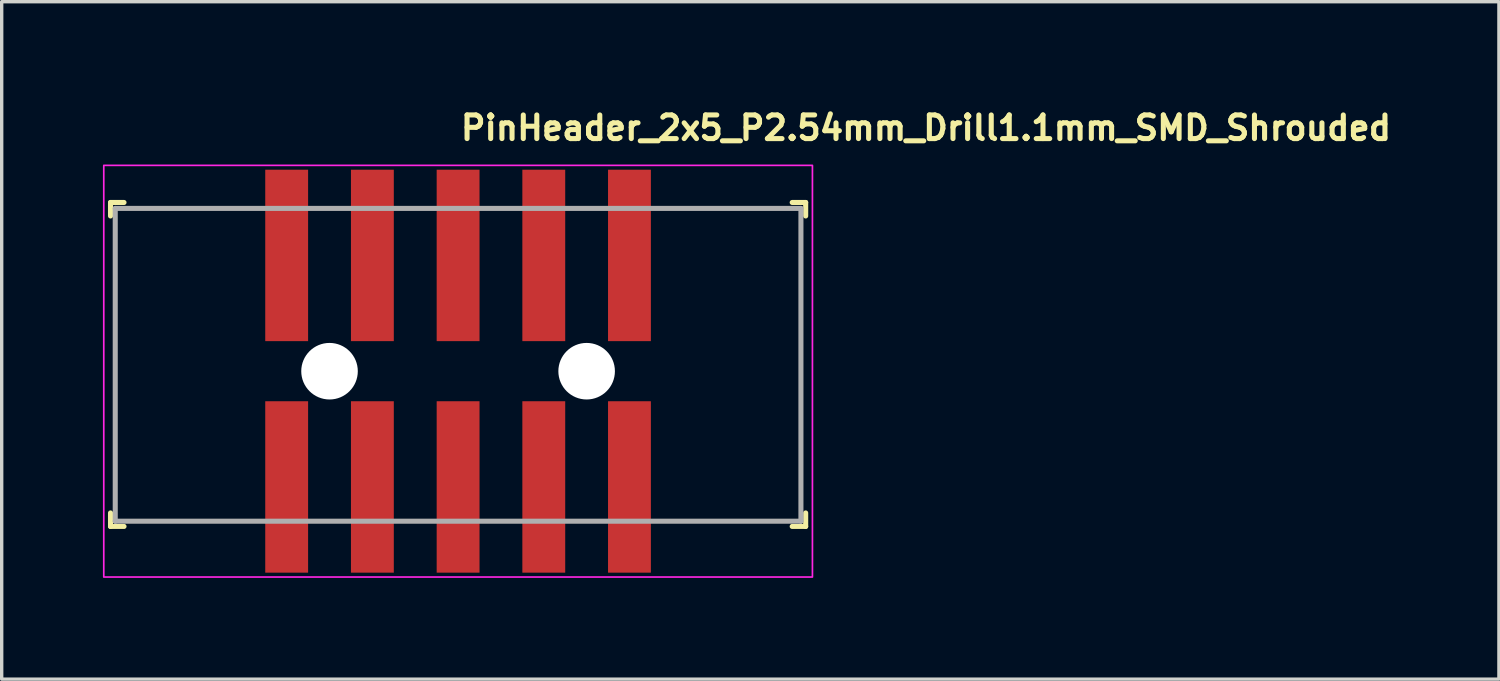
<source format=kicad_pcb>
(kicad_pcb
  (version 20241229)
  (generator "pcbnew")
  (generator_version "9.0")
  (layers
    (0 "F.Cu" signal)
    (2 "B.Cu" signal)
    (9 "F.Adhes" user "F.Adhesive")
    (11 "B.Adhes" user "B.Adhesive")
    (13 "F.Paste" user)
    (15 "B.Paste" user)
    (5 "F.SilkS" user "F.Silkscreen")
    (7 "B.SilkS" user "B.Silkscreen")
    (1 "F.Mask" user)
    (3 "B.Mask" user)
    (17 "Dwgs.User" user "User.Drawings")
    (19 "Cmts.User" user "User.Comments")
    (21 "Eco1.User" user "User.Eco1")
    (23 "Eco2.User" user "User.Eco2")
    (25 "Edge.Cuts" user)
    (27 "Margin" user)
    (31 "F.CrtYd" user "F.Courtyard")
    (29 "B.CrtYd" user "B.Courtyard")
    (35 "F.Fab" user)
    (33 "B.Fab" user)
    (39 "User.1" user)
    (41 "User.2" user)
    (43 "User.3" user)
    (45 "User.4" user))
  (footprint "PinHeader_2x5_P2.54mm_Drill1.1mm_SMD_Shrouded"
    (layer "F.Cu")
    (at 10.525 7.95)
    (property "Reference" "PinHeader_2x5_P2.54mm_Drill1.1mm_SMD_Shrouded" (at 0 -6.8 0) (layer "F.SilkS") (effects (font (size 0.7 0.7) (thickness 0.15)) (justify left bottom)))
    (attr smd)
    (fp_line (start -10.3 -4.6) (end -10.3 -5) (stroke (width 0.15) (type solid)) (layer "F.SilkS"))
    (fp_line (start -10.3 4.2) (end -10.3 4.6) (stroke (width 0.15) (type solid)) (layer "F.SilkS"))
    (fp_line (start -9.9 -5) (end -10.3 -5) (stroke (width 0.15) (type solid)) (layer "F.SilkS"))
    (fp_line (start -9.9 4.6) (end -10.3 4.6) (stroke (width 0.15) (type solid)) (layer "F.SilkS"))
    (fp_line (start 9.9 -5) (end 10.3 -5) (stroke (width 0.15) (type solid)) (layer "F.SilkS"))
    (fp_line (start 9.9 4.6) (end 10.3 4.6) (stroke (width 0.15) (type solid)) (layer "F.SilkS"))
    (fp_line (start 10.3 -4.6) (end 10.3 -5) (stroke (width 0.15) (type solid)) (layer "F.SilkS"))
    (fp_line (start 10.3 4.2) (end 10.3 4.6) (stroke (width 0.15) (type solid)) (layer "F.SilkS"))
    (fp_rect (start -10.5 -6.1) (end 10.5 6.1) (stroke (width 0.05) (type solid)) (fill no) (layer "F.CrtYd"))
    (fp_line (start -10.16 -4.824) (end 10.159 -4.824) (stroke (width 0.15) (type solid)) (layer "F.Fab"))
    (fp_line (start -10.16 4.445) (end -10.16 -4.824) (stroke (width 0.15) (type solid)) (layer "F.Fab"))
    (fp_line (start 10.159 -4.824) (end 10.159 4.445) (stroke (width 0.15) (type solid)) (layer "F.Fab"))
    (fp_line (start 10.159 4.445) (end -10.16 4.445) (stroke (width 0.15) (type solid)) (layer "F.Fab"))
    (fp_rect (start -10.16 -5.588) (end 10.159 5.586) (stroke (width 0.1) (type solid)) (fill no) (layer "User.5"))
    (fp_line (start -10.16 -4.827) (end -10.16 4.445) (stroke (width 0.02) (type solid)) (layer "User.9"))
    (fp_line (start -10.16 -4.827) (end -8.891 -4.827) (stroke (width 0.02) (type solid)) (layer "User.9"))
    (fp_line (start -10.16 4.445) (end -5.715 4.445) (stroke (width 0.02) (type solid)) (layer "User.9"))
    (fp_line (start -9.336 -3.621) (end -9.336 3.619) (stroke (width 0.02) (type solid)) (layer "User.9"))
    (fp_line (start -9.336 3.619) (end -2.54 3.619) (stroke (width 0.02) (type solid)) (layer "User.9"))
    (fp_line (start -8.891 -4.827) (end -8.891 -4.446) (stroke (width 0.02) (type solid)) (layer "User.9"))
    (fp_line (start -8.891 -4.446) (end -1.27 -4.446) (stroke (width 0.02) (type solid)) (layer "User.9"))
    (fp_line (start -8.891 -3.176) (end -9.336 -3.621) (stroke (width 0.02) (type solid)) (layer "User.9"))
    (fp_line (start -8.891 -3.176) (end 8.89 -3.176) (stroke (width 0.02) (type solid)) (layer "User.9"))
    (fp_line (start -8.891 3.173) (end -9.336 3.619) (stroke (width 0.02) (type solid)) (layer "User.9"))
    (fp_line (start -8.891 3.173) (end -8.891 -3.176) (stroke (width 0.02) (type solid)) (layer "User.9"))
    (fp_line (start -5.715 4.19) (end -5.715 4.445) (stroke (width 0.02) (type solid)) (layer "User.9"))
    (fp_line (start -5.715 4.19) (end -5.715 4.445) (stroke (width 0.02) (type solid)) (layer "User.9"))
    (fp_line (start -5.691 4.216) (end -5.691 4.445) (stroke (width 0.02) (type solid)) (layer "User.9"))
    (fp_line (start -5.691 4.445) (end -5.715 4.445) (stroke (width 0.02) (type solid)) (layer "User.9"))
    (fp_line (start -5.398 -5.588) (end -5.398 -5.43) (stroke (width 0.02) (type solid)) (layer "User.9"))
    (fp_line (start -5.398 -5.588) (end -4.763 -5.588) (stroke (width 0.02) (type solid)) (layer "User.9"))
    (fp_line (start -5.398 -5.43) (end -5.398 -4.446) (stroke (width 0.02) (type solid)) (layer "User.9"))
    (fp_line (start -5.398 -5.43) (end -4.763 -5.43) (stroke (width 0.02) (type solid)) (layer "User.9"))
    (fp_line (start -5.398 -1.589) (end -5.398 -1.43) (stroke (width 0.02) (type solid)) (layer "User.9"))
    (fp_line (start -5.398 -1.43) (end -5.398 -1.113) (stroke (width 0.02) (type solid)) (layer "User.9"))
    (fp_line (start -5.398 -1.113) (end -5.398 -0.954) (stroke (width 0.02) (type solid)) (layer "User.9"))
    (fp_line (start -5.398 -1.113) (end -4.763 -1.113) (stroke (width 0.02) (type solid)) (layer "User.9"))
    (fp_line (start -5.398 -0.954) (end -4.763 -0.954) (stroke (width 0.02) (type solid)) (layer "User.9"))
    (fp_line (start -5.398 0.952) (end -5.398 1.11) (stroke (width 0.02) (type solid)) (layer "User.9"))
    (fp_line (start -5.398 1.11) (end -5.398 1.427) (stroke (width 0.02) (type solid)) (layer "User.9"))
    (fp_line (start -5.398 1.11) (end -4.763 1.11) (stroke (width 0.02) (type solid)) (layer "User.9"))
    (fp_line (start -5.398 1.427) (end -5.398 1.586) (stroke (width 0.02) (type solid)) (layer "User.9"))
    (fp_line (start -5.398 1.427) (end -4.763 1.427) (stroke (width 0.02) (type solid)) (layer "User.9"))
    (fp_line (start -5.398 1.586) (end -4.763 1.586) (stroke (width 0.02) (type solid)) (layer "User.9"))
    (fp_line (start -5.398 4.445) (end -5.398 5.429) (stroke (width 0.02) (type solid)) (layer "User.9"))
    (fp_line (start -5.398 5.429) (end -5.398 5.586) (stroke (width 0.02) (type solid)) (layer "User.9"))
    (fp_line (start -5.398 5.429) (end -4.763 5.429) (stroke (width 0.02) (type solid)) (layer "User.9"))
    (fp_line (start -5.398 5.586) (end -4.763 5.586) (stroke (width 0.02) (type solid)) (layer "User.9"))
    (fp_line (start -5.08 4.445) (end -5.691 4.445) (stroke (width 0.02) (type solid)) (layer "User.9"))
    (fp_line (start -5.08 4.445) (end -5.08 4.216) (stroke (width 0.02) (type solid)) (layer "User.9"))
    (fp_line (start -4.763 -5.588) (end -4.763 -5.43) (stroke (width 0.02) (type solid)) (layer "User.9"))
    (fp_line (start -4.763 -5.43) (end -4.763 -4.446) (stroke (width 0.02) (type solid)) (layer "User.9"))
    (fp_line (start -4.763 -1.589) (end -5.398 -1.589) (stroke (width 0.02) (type solid)) (layer "User.9"))
    (fp_line (start -4.763 -1.589) (end -4.763 -1.43) (stroke (width 0.02) (type solid)) (layer "User.9"))
    (fp_line (start -4.763 -1.43) (end -5.398 -1.43) (stroke (width 0.02) (type solid)) (layer "User.9"))
    (fp_line (start -4.763 -1.43) (end -4.763 -1.113) (stroke (width 0.02) (type solid)) (layer "User.9"))
    (fp_line (start -4.763 -1.113) (end -4.763 -0.954) (stroke (width 0.02) (type solid)) (layer "User.9"))
    (fp_line (start -4.763 0.952) (end -5.398 0.952) (stroke (width 0.02) (type solid)) (layer "User.9"))
    (fp_line (start -4.763 0.952) (end -4.763 1.11) (stroke (width 0.02) (type solid)) (layer "User.9"))
    (fp_line (start -4.763 1.11) (end -4.763 1.427) (stroke (width 0.02) (type solid)) (layer "User.9"))
    (fp_line (start -4.763 1.427) (end -4.763 1.586) (stroke (width 0.02) (type solid)) (layer "User.9"))
    (fp_line (start -4.763 4.445) (end -4.763 5.429) (stroke (width 0.02) (type solid)) (layer "User.9"))
    (fp_line (start -4.763 5.429) (end -4.763 5.586) (stroke (width 0.02) (type solid)) (layer "User.9"))
    (fp_line (start -4.471 4.216) (end -5.691 4.216) (stroke (width 0.02) (type solid)) (layer "User.9"))
    (fp_line (start -4.471 4.445) (end -5.08 4.445) (stroke (width 0.02) (type solid)) (layer "User.9"))
    (fp_line (start -4.471 4.445) (end -4.471 4.216) (stroke (width 0.02) (type solid)) (layer "User.9"))
    (fp_line (start -4.446 4.19) (end -5.715 4.19) (stroke (width 0.02) (type solid)) (layer "User.9"))
    (fp_line (start -4.446 4.19) (end -5.715 4.19) (stroke (width 0.02) (type solid)) (layer "User.9"))
    (fp_line (start -4.446 4.445) (end -4.471 4.445) (stroke (width 0.02) (type solid)) (layer "User.9"))
    (fp_line (start -4.446 4.445) (end -4.446 4.19) (stroke (width 0.02) (type solid)) (layer "User.9"))
    (fp_line (start -4.446 4.445) (end -4.446 4.19) (stroke (width 0.02) (type solid)) (layer "User.9"))
    (fp_line (start -4.446 4.445) (end -2.54 4.445) (stroke (width 0.02) (type solid)) (layer "User.9"))
    (fp_line (start -2.859 -5.588) (end -2.223 -5.588) (stroke (width 0.02) (type solid)) (layer "User.9"))
    (fp_line (start -2.859 -5.43) (end -2.859 -5.588) (stroke (width 0.02) (type solid)) (layer "User.9"))
    (fp_line (start -2.859 -5.43) (end -2.223 -5.43) (stroke (width 0.02) (type solid)) (layer "User.9"))
    (fp_line (start -2.859 -4.446) (end -2.859 -5.43) (stroke (width 0.02) (type solid)) (layer "User.9"))
    (fp_line (start -2.859 -1.43) (end -2.859 -1.589) (stroke (width 0.02) (type solid)) (layer "User.9"))
    (fp_line (start -2.859 -1.113) (end -2.859 -1.43) (stroke (width 0.02) (type solid)) (layer "User.9"))
    (fp_line (start -2.859 -0.954) (end -2.859 -1.113) (stroke (width 0.02) (type solid)) (layer "User.9"))
    (fp_line (start -2.859 0.952) (end -2.223 0.952) (stroke (width 0.02) (type solid)) (layer "User.9"))
    (fp_line (start -2.859 1.11) (end -2.859 0.952) (stroke (width 0.02) (type solid)) (layer "User.9"))
    (fp_line (start -2.859 1.11) (end -2.223 1.11) (stroke (width 0.02) (type solid)) (layer "User.9"))
    (fp_line (start -2.859 1.427) (end -2.859 1.11) (stroke (width 0.02) (type solid)) (layer "User.9"))
    (fp_line (start -2.859 1.427) (end -2.223 1.427) (stroke (width 0.02) (type solid)) (layer "User.9"))
    (fp_line (start -2.859 1.586) (end -2.859 1.427) (stroke (width 0.02) (type solid)) (layer "User.9"))
    (fp_line (start -2.859 1.586) (end -2.223 1.586) (stroke (width 0.02) (type solid)) (layer "User.9"))
    (fp_line (start -2.859 5.429) (end -2.859 4.445) (stroke (width 0.02) (type solid)) (layer "User.9"))
    (fp_line (start -2.859 5.586) (end -2.859 5.429) (stroke (width 0.02) (type solid)) (layer "User.9"))
    (fp_line (start -2.54 3.173) (end -8.891 3.173) (stroke (width 0.02) (type solid)) (layer "User.9"))
    (fp_line (start -2.54 3.173) (end 2.539 3.173) (stroke (width 0.02) (type solid)) (layer "User.9"))
    (fp_line (start -2.54 3.619) (end -2.54 3.173) (stroke (width 0.02) (type solid)) (layer "User.9"))
    (fp_line (start -2.54 3.619) (end -2.54 4.445) (stroke (width 0.02) (type solid)) (layer "User.9"))
    (fp_line (start -2.54 4.445) (end 2.539 4.445) (stroke (width 0.02) (type solid)) (layer "User.9"))
    (fp_line (start -2.223 -5.588) (end -2.223 -5.43) (stroke (width 0.02) (type solid)) (layer "User.9"))
    (fp_line (start -2.223 -5.43) (end -2.223 -4.446) (stroke (width 0.02) (type solid)) (layer "User.9"))
    (fp_line (start -2.223 -1.589) (end -2.859 -1.589) (stroke (width 0.02) (type solid)) (layer "User.9"))
    (fp_line (start -2.223 -1.589) (end -2.223 -1.43) (stroke (width 0.02) (type solid)) (layer "User.9"))
    (fp_line (start -2.223 -1.43) (end -2.859 -1.43) (stroke (width 0.02) (type solid)) (layer "User.9"))
    (fp_line (start -2.223 -1.43) (end -2.223 -1.113) (stroke (width 0.02) (type solid)) (layer "User.9"))
    (fp_line (start -2.223 -1.113) (end -2.859 -1.113) (stroke (width 0.02) (type solid)) (layer "User.9"))
    (fp_line (start -2.223 -1.113) (end -2.223 -0.954) (stroke (width 0.02) (type solid)) (layer "User.9"))
    (fp_line (start -2.223 -0.954) (end -2.859 -0.954) (stroke (width 0.02) (type solid)) (layer "User.9"))
    (fp_line (start -2.223 0.952) (end -2.223 1.11) (stroke (width 0.02) (type solid)) (layer "User.9"))
    (fp_line (start -2.223 1.11) (end -2.223 1.427) (stroke (width 0.02) (type solid)) (layer "User.9"))
    (fp_line (start -2.223 1.427) (end -2.223 1.586) (stroke (width 0.02) (type solid)) (layer "User.9"))
    (fp_line (start -2.223 4.445) (end -2.223 5.429) (stroke (width 0.02) (type solid)) (layer "User.9"))
    (fp_line (start -2.223 5.429) (end -2.859 5.429) (stroke (width 0.02) (type solid)) (layer "User.9"))
    (fp_line (start -2.223 5.429) (end -2.223 5.586) (stroke (width 0.02) (type solid)) (layer "User.9"))
    (fp_line (start -2.223 5.586) (end -2.859 5.586) (stroke (width 0.02) (type solid)) (layer "User.9"))
    (fp_line (start -1.27 -4.446) (end -1.27 -4.827) (stroke (width 0.02) (type solid)) (layer "User.9"))
    (fp_line (start -0.318 -5.588) (end 0.316 -5.588) (stroke (width 0.02) (type solid)) (layer "User.9"))
    (fp_line (start -0.318 -5.43) (end -0.318 -5.588) (stroke (width 0.02) (type solid)) (layer "User.9"))
    (fp_line (start -0.318 -5.43) (end 0.316 -5.43) (stroke (width 0.02) (type solid)) (layer "User.9"))
    (fp_line (start -0.318 -4.827) (end -0.318 -5.43) (stroke (width 0.02) (type solid)) (layer "User.9"))
    (fp_line (start -0.318 -1.43) (end -0.318 -1.589) (stroke (width 0.02) (type solid)) (layer "User.9"))
    (fp_line (start -0.318 -1.113) (end -0.318 -1.43) (stroke (width 0.02) (type solid)) (layer "User.9"))
    (fp_line (start -0.318 -0.954) (end -0.318 -1.113) (stroke (width 0.02) (type solid)) (layer "User.9"))
    (fp_line (start -0.318 0.952) (end 0.316 0.952) (stroke (width 0.02) (type solid)) (layer "User.9"))
    (fp_line (start -0.318 1.11) (end -0.318 0.952) (stroke (width 0.02) (type solid)) (layer "User.9"))
    (fp_line (start -0.318 1.11) (end 0.316 1.11) (stroke (width 0.02) (type solid)) (layer "User.9"))
    (fp_line (start -0.318 1.427) (end -0.318 1.11) (stroke (width 0.02) (type solid)) (layer "User.9"))
    (fp_line (start -0.318 1.427) (end 0.316 1.427) (stroke (width 0.02) (type solid)) (layer "User.9"))
    (fp_line (start -0.318 1.586) (end -0.318 1.427) (stroke (width 0.02) (type solid)) (layer "User.9"))
    (fp_line (start -0.318 1.586) (end 0.316 1.586) (stroke (width 0.02) (type solid)) (layer "User.9"))
    (fp_line (start -0.318 5.429) (end -0.318 4.445) (stroke (width 0.02) (type solid)) (layer "User.9"))
    (fp_line (start -0.318 5.586) (end -0.318 5.429) (stroke (width 0.02) (type solid)) (layer "User.9"))
    (fp_line (start 0.316 -5.588) (end 0.316 -5.43) (stroke (width 0.02) (type solid)) (layer "User.9"))
    (fp_line (start 0.316 -5.43) (end 0.316 -4.827) (stroke (width 0.02) (type solid)) (layer "User.9"))
    (fp_line (start 0.316 -1.589) (end -0.318 -1.589) (stroke (width 0.02) (type solid)) (layer "User.9"))
    (fp_line (start 0.316 -1.589) (end 0.316 -1.43) (stroke (width 0.02) (type solid)) (layer "User.9"))
    (fp_line (start 0.316 -1.43) (end -0.318 -1.43) (stroke (width 0.02) (type solid)) (layer "User.9"))
    (fp_line (start 0.316 -1.43) (end 0.316 -1.113) (stroke (width 0.02) (type solid)) (layer "User.9"))
    (fp_line (start 0.316 -1.113) (end -0.318 -1.113) (stroke (width 0.02) (type solid)) (layer "User.9"))
    (fp_line (start 0.316 -1.113) (end 0.316 -0.954) (stroke (width 0.02) (type solid)) (layer "User.9"))
    (fp_line (start 0.316 -0.954) (end -0.318 -0.954) (stroke (width 0.02) (type solid)) (layer "User.9"))
    (fp_line (start 0.316 0.952) (end 0.316 1.11) (stroke (width 0.02) (type solid)) (layer "User.9"))
    (fp_line (start 0.316 1.11) (end 0.316 1.427) (stroke (width 0.02) (type solid)) (layer "User.9"))
    (fp_line (start 0.316 1.427) (end 0.316 1.586) (stroke (width 0.02) (type solid)) (layer "User.9"))
    (fp_line (start 0.316 4.445) (end 0.316 5.429) (stroke (width 0.02) (type solid)) (layer "User.9"))
    (fp_line (start 0.316 5.429) (end -0.318 5.429) (stroke (width 0.02) (type solid)) (layer "User.9"))
    (fp_line (start 0.316 5.429) (end 0.316 5.586) (stroke (width 0.02) (type solid)) (layer "User.9"))
    (fp_line (start 0.316 5.586) (end -0.318 5.586) (stroke (width 0.02) (type solid)) (layer "User.9"))
    (fp_line (start 1.269 -4.827) (end -1.27 -4.827) (stroke (width 0.02) (type solid)) (layer "User.9"))
    (fp_line (start 1.269 -4.827) (end 1.269 -4.446) (stroke (width 0.02) (type solid)) (layer "User.9"))
    (fp_line (start 1.269 -4.446) (end 8.89 -4.446) (stroke (width 0.02) (type solid)) (layer "User.9"))
    (fp_line (start 2.221 -5.588) (end 2.857 -5.588) (stroke (width 0.02) (type solid)) (layer "User.9"))
    (fp_line (start 2.221 -5.43) (end 2.221 -5.588) (stroke (width 0.02) (type solid)) (layer "User.9"))
    (fp_line (start 2.221 -5.43) (end 2.857 -5.43) (stroke (width 0.02) (type solid)) (layer "User.9"))
    (fp_line (start 2.221 -4.446) (end 2.221 -5.43) (stroke (width 0.02) (type solid)) (layer "User.9"))
    (fp_line (start 2.221 -1.43) (end 2.221 -1.589) (stroke (width 0.02) (type solid)) (layer "User.9"))
    (fp_line (start 2.221 -1.113) (end 2.221 -1.43) (stroke (width 0.02) (type solid)) (layer "User.9"))
    (fp_line (start 2.221 -0.954) (end 2.221 -1.113) (stroke (width 0.02) (type solid)) (layer "User.9"))
    (fp_line (start 2.221 0.952) (end 2.857 0.952) (stroke (width 0.02) (type solid)) (layer "User.9"))
    (fp_line (start 2.221 1.11) (end 2.221 0.952) (stroke (width 0.02) (type solid)) (layer "User.9"))
    (fp_line (start 2.221 1.11) (end 2.857 1.11) (stroke (width 0.02) (type solid)) (layer "User.9"))
    (fp_line (start 2.221 1.427) (end 2.221 1.11) (stroke (width 0.02) (type solid)) (layer "User.9"))
    (fp_line (start 2.221 1.427) (end 2.857 1.427) (stroke (width 0.02) (type solid)) (layer "User.9"))
    (fp_line (start 2.221 1.586) (end 2.221 1.427) (stroke (width 0.02) (type solid)) (layer "User.9"))
    (fp_line (start 2.221 1.586) (end 2.857 1.586) (stroke (width 0.02) (type solid)) (layer "User.9"))
    (fp_line (start 2.221 5.429) (end 2.221 4.445) (stroke (width 0.02) (type solid)) (layer "User.9"))
    (fp_line (start 2.221 5.586) (end 2.221 5.429) (stroke (width 0.02) (type solid)) (layer "User.9"))
    (fp_line (start 2.539 3.173) (end 2.539 3.619) (stroke (width 0.02) (type solid)) (layer "User.9"))
    (fp_line (start 2.539 3.619) (end 9.333 3.619) (stroke (width 0.02) (type solid)) (layer "User.9"))
    (fp_line (start 2.539 4.445) (end 2.539 3.619) (stroke (width 0.02) (type solid)) (layer "User.9"))
    (fp_line (start 2.539 4.445) (end 10.159 4.445) (stroke (width 0.02) (type solid)) (layer "User.9"))
    (fp_line (start 2.857 -5.588) (end 2.857 -5.43) (stroke (width 0.02) (type solid)) (layer "User.9"))
    (fp_line (start 2.857 -5.43) (end 2.857 -4.446) (stroke (width 0.02) (type solid)) (layer "User.9"))
    (fp_line (start 2.857 -1.589) (end 2.221 -1.589) (stroke (width 0.02) (type solid)) (layer "User.9"))
    (fp_line (start 2.857 -1.589) (end 2.857 -1.43) (stroke (width 0.02) (type solid)) (layer "User.9"))
    (fp_line (start 2.857 -1.43) (end 2.221 -1.43) (stroke (width 0.02) (type solid)) (layer "User.9"))
    (fp_line (start 2.857 -1.43) (end 2.857 -1.113) (stroke (width 0.02) (type solid)) (layer "User.9"))
    (fp_line (start 2.857 -1.113) (end 2.221 -1.113) (stroke (width 0.02) (type solid)) (layer "User.9"))
    (fp_line (start 2.857 -1.113) (end 2.857 -0.954) (stroke (width 0.02) (type solid)) (layer "User.9"))
    (fp_line (start 2.857 -0.954) (end 2.221 -0.954) (stroke (width 0.02) (type solid)) (layer "User.9"))
    (fp_line (start 2.857 0.952) (end 2.857 1.11) (stroke (width 0.02) (type solid)) (layer "User.9"))
    (fp_line (start 2.857 1.11) (end 2.857 1.427) (stroke (width 0.02) (type solid)) (layer "User.9"))
    (fp_line (start 2.857 1.427) (end 2.857 1.586) (stroke (width 0.02) (type solid)) (layer "User.9"))
    (fp_line (start 2.857 4.445) (end 2.857 5.429) (stroke (width 0.02) (type solid)) (layer "User.9"))
    (fp_line (start 2.857 5.429) (end 2.221 5.429) (stroke (width 0.02) (type solid)) (layer "User.9"))
    (fp_line (start 2.857 5.429) (end 2.857 5.586) (stroke (width 0.02) (type solid)) (layer "User.9"))
    (fp_line (start 2.857 5.586) (end 2.221 5.586) (stroke (width 0.02) (type solid)) (layer "User.9"))
    (fp_line (start 4.762 -5.588) (end 5.397 -5.588) (stroke (width 0.02) (type solid)) (layer "User.9"))
    (fp_line (start 4.762 -5.43) (end 4.762 -5.588) (stroke (width 0.02) (type solid)) (layer "User.9"))
    (fp_line (start 4.762 -5.43) (end 5.397 -5.43) (stroke (width 0.02) (type solid)) (layer "User.9"))
    (fp_line (start 4.762 -4.446) (end 4.762 -5.43) (stroke (width 0.02) (type solid)) (layer "User.9"))
    (fp_line (start 4.762 -1.43) (end 4.762 -1.589) (stroke (width 0.02) (type solid)) (layer "User.9"))
    (fp_line (start 4.762 -1.113) (end 4.762 -1.43) (stroke (width 0.02) (type solid)) (layer "User.9"))
    (fp_line (start 4.762 -0.954) (end 4.762 -1.113) (stroke (width 0.02) (type solid)) (layer "User.9"))
    (fp_line (start 4.762 0.952) (end 5.397 0.952) (stroke (width 0.02) (type solid)) (layer "User.9"))
    (fp_line (start 4.762 1.11) (end 4.762 0.952) (stroke (width 0.02) (type solid)) (layer "User.9"))
    (fp_line (start 4.762 1.11) (end 5.397 1.11) (stroke (width 0.02) (type solid)) (layer "User.9"))
    (fp_line (start 4.762 1.427) (end 4.762 1.11) (stroke (width 0.02) (type solid)) (layer "User.9"))
    (fp_line (start 4.762 1.427) (end 5.397 1.427) (stroke (width 0.02) (type solid)) (layer "User.9"))
    (fp_line (start 4.762 1.586) (end 4.762 1.427) (stroke (width 0.02) (type solid)) (layer "User.9"))
    (fp_line (start 4.762 1.586) (end 5.397 1.586) (stroke (width 0.02) (type solid)) (layer "User.9"))
    (fp_line (start 4.762 5.429) (end 4.762 4.445) (stroke (width 0.02) (type solid)) (layer "User.9"))
    (fp_line (start 4.762 5.429) (end 5.397 5.429) (stroke (width 0.02) (type solid)) (layer "User.9"))
    (fp_line (start 4.762 5.586) (end 4.762 5.429) (stroke (width 0.02) (type solid)) (layer "User.9"))
    (fp_line (start 4.762 5.586) (end 5.397 5.586) (stroke (width 0.02) (type solid)) (layer "User.9"))
    (fp_line (start 5.397 -5.588) (end 5.397 -5.43) (stroke (width 0.02) (type solid)) (layer "User.9"))
    (fp_line (start 5.397 -5.43) (end 5.397 -4.446) (stroke (width 0.02) (type solid)) (layer "User.9"))
    (fp_line (start 5.397 -1.589) (end 4.762 -1.589) (stroke (width 0.02) (type solid)) (layer "User.9"))
    (fp_line (start 5.397 -1.589) (end 5.397 -1.43) (stroke (width 0.02) (type solid)) (layer "User.9"))
    (fp_line (start 5.397 -1.43) (end 4.762 -1.43) (stroke (width 0.02) (type solid)) (layer "User.9"))
    (fp_line (start 5.397 -1.43) (end 5.397 -1.113) (stroke (width 0.02) (type solid)) (layer "User.9"))
    (fp_line (start 5.397 -1.113) (end 4.762 -1.113) (stroke (width 0.02) (type solid)) (layer "User.9"))
    (fp_line (start 5.397 -1.113) (end 5.397 -0.954) (stroke (width 0.02) (type solid)) (layer "User.9"))
    (fp_line (start 5.397 -0.954) (end 4.762 -0.954) (stroke (width 0.02) (type solid)) (layer "User.9"))
    (fp_line (start 5.397 0.952) (end 5.397 1.11) (stroke (width 0.02) (type solid)) (layer "User.9"))
    (fp_line (start 5.397 1.11) (end 5.397 1.427) (stroke (width 0.02) (type solid)) (layer "User.9"))
    (fp_line (start 5.397 1.427) (end 5.397 1.586) (stroke (width 0.02) (type solid)) (layer "User.9"))
    (fp_line (start 5.397 4.445) (end 5.397 5.429) (stroke (width 0.02) (type solid)) (layer "User.9"))
    (fp_line (start 5.397 5.429) (end 5.397 5.586) (stroke (width 0.02) (type solid)) (layer "User.9"))
    (fp_line (start 8.89 -4.827) (end 10.159 -4.827) (stroke (width 0.02) (type solid)) (layer "User.9"))
    (fp_line (start 8.89 -4.446) (end 8.89 -4.827) (stroke (width 0.02) (type solid)) (layer "User.9"))
    (fp_line (start 8.89 -3.176) (end 8.89 3.173) (stroke (width 0.02) (type solid)) (layer "User.9"))
    (fp_line (start 8.89 -3.176) (end 9.333 -3.621) (stroke (width 0.02) (type solid)) (layer "User.9"))
    (fp_line (start 8.89 3.173) (end 2.539 3.173) (stroke (width 0.02) (type solid)) (layer "User.9"))
    (fp_line (start 8.89 3.173) (end 9.333 3.619) (stroke (width 0.02) (type solid)) (layer "User.9"))
    (fp_line (start 9.333 -3.621) (end -9.336 -3.621) (stroke (width 0.02) (type solid)) (layer "User.9"))
    (fp_line (start 9.333 3.619) (end 9.333 -3.621) (stroke (width 0.02) (type solid)) (layer "User.9"))
    (fp_line (start 10.159 -4.827) (end 10.159 4.445) (stroke (width 0.02) (type solid)) (layer "User.9"))
    (pad "" np_thru_hole circle (at -3.81 0) (size 1.676 1.676) (drill 1.676) (layers "*.Cu" "*.Mask"))
    (pad "" np_thru_hole circle (at 3.809 0) (size 1.676 1.676) (drill 1.676) (layers "*.Cu" "*.Mask"))
    (pad "1" smd rect (at -5.08 3.43) (size 1.27 5.08) (layers "F.Cu" "F.Mask" "F.Paste"))
    (pad "2" smd rect (at -5.08 -3.431) (size 1.27 5.08) (layers "F.Cu" "F.Mask" "F.Paste"))
    (pad "3" smd rect (at -2.54 3.43) (size 1.27 5.08) (layers "F.Cu" "F.Mask" "F.Paste"))
    (pad "4" smd rect (at -2.54 -3.431) (size 1.27 5.08) (layers "F.Cu" "F.Mask" "F.Paste"))
    (pad "5" smd rect (at 0 3.43) (size 1.27 5.08) (layers "F.Cu" "F.Mask" "F.Paste"))
    (pad "6" smd rect (at 0 -3.431) (size 1.27 5.08) (layers "F.Cu" "F.Mask" "F.Paste"))
    (pad "7" smd rect (at 2.539 3.43) (size 1.27 5.08) (layers "F.Cu" "F.Mask" "F.Paste"))
    (pad "8" smd rect (at 2.539 -3.431) (size 1.27 5.08) (layers "F.Cu" "F.Mask" "F.Paste"))
    (pad "9" smd rect (at 5.078 3.43) (size 1.27 5.08) (layers "F.Cu" "F.Mask" "F.Paste"))
    (pad "10" smd rect (at 5.078 -3.431) (size 1.27 5.08) (layers "F.Cu" "F.Mask" "F.Paste")))
  (gr_rect
    (start -3 -3)
    (end 41.368 17.075)
    (stroke (width 0.1) (type default))
    (fill no)
    (layer "Edge.Cuts")))
</source>
